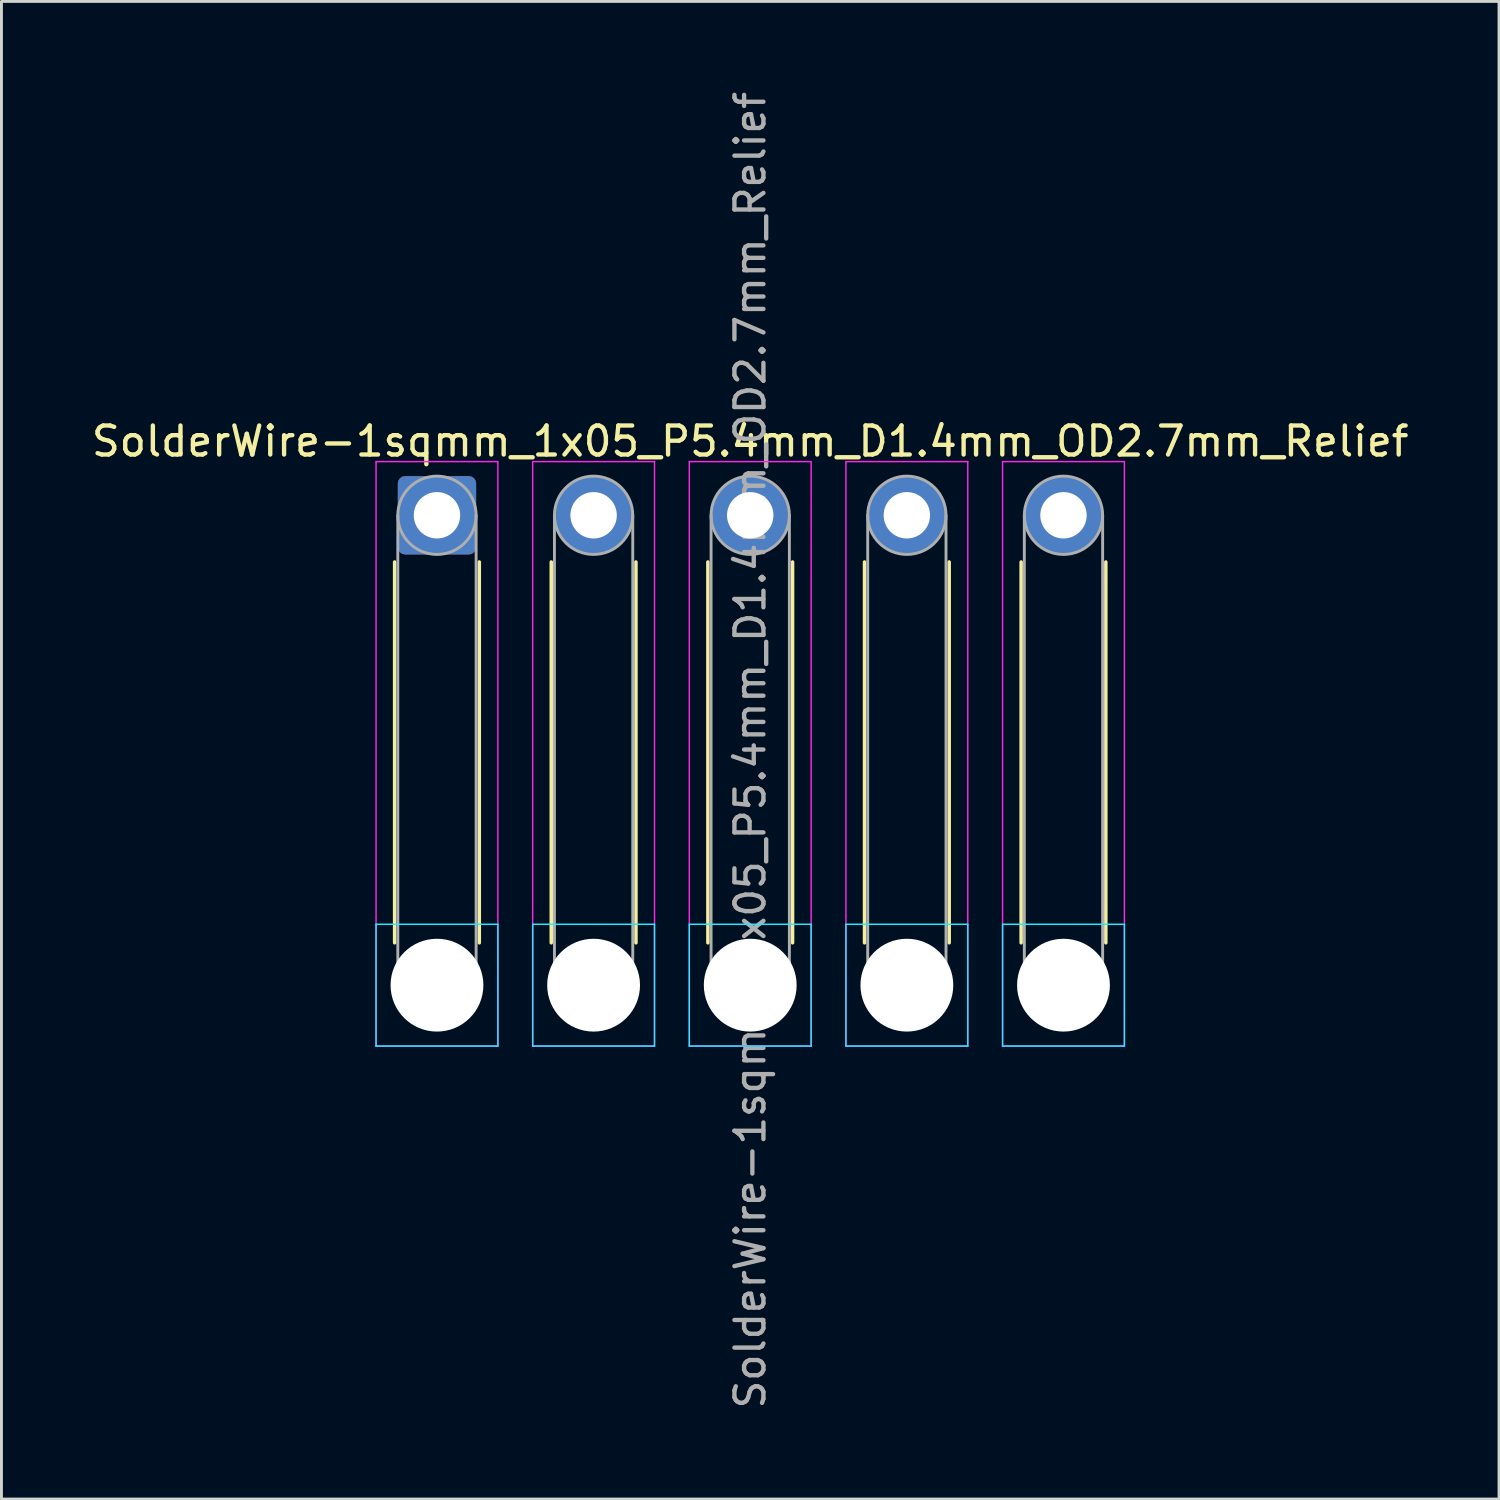
<source format=kicad_pcb>
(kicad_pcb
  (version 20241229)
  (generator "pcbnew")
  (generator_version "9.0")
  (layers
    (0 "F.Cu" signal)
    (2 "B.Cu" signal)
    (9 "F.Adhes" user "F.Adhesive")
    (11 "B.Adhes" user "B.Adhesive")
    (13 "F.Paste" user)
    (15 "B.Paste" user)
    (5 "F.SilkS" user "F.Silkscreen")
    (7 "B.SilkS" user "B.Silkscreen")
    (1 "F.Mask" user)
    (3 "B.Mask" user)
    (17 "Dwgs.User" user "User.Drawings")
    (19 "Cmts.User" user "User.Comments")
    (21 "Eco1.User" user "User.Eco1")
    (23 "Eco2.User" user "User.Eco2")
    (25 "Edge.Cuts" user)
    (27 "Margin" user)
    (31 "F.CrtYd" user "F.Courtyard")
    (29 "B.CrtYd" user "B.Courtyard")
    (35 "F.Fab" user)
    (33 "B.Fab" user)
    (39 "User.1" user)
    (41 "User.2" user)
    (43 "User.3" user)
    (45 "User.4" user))
  (footprint "SolderWire-1sqmm_1x05_P5.4mm_D1.4mm_OD2.7mm_Relief"
    (layer "F.Cu")
    (at 12.015 14.715)
    (property "Reference" "SolderWire-1sqmm_1x05_P5.4mm_D1.4mm_OD2.7mm_Relief" (at 10.8 -2.55 0) (layer "F.SilkS") (effects (font (size 1 1) (thickness 0.15))))
    (attr exclude_from_pos_files exclude_from_bom)
    (fp_line (start -1.46 1.61) (end -1.46 14.74) (stroke (width 0.12) (type solid)) (layer "F.SilkS"))
    (fp_line (start 1.46 1.61) (end 1.46 14.74) (stroke (width 0.12) (type solid)) (layer "F.SilkS"))
    (fp_line (start 3.94 1.61) (end 3.94 14.74) (stroke (width 0.12) (type solid)) (layer "F.SilkS"))
    (fp_line (start 6.86 1.61) (end 6.86 14.74) (stroke (width 0.12) (type solid)) (layer "F.SilkS"))
    (fp_line (start 9.34 1.61) (end 9.34 14.74) (stroke (width 0.12) (type solid)) (layer "F.SilkS"))
    (fp_line (start 12.26 1.61) (end 12.26 14.74) (stroke (width 0.12) (type solid)) (layer "F.SilkS"))
    (fp_line (start 14.74 1.61) (end 14.74 14.74) (stroke (width 0.12) (type solid)) (layer "F.SilkS"))
    (fp_line (start 17.66 1.61) (end 17.66 14.74) (stroke (width 0.12) (type solid)) (layer "F.SilkS"))
    (fp_line (start 20.14 1.61) (end 20.14 14.74) (stroke (width 0.12) (type solid)) (layer "F.SilkS"))
    (fp_line (start 23.06 1.61) (end 23.06 14.74) (stroke (width 0.12) (type solid)) (layer "F.SilkS"))
    (fp_line (start -2.1 14.1) (end -2.1 18.3) (stroke (width 0.05) (type solid)) (layer "B.CrtYd"))
    (fp_line (start -2.1 18.3) (end 2.1 18.3) (stroke (width 0.05) (type solid)) (layer "B.CrtYd"))
    (fp_line (start 2.1 14.1) (end -2.1 14.1) (stroke (width 0.05) (type solid)) (layer "B.CrtYd"))
    (fp_line (start 2.1 18.3) (end 2.1 14.1) (stroke (width 0.05) (type solid)) (layer "B.CrtYd"))
    (fp_line (start 3.3 14.1) (end 3.3 18.3) (stroke (width 0.05) (type solid)) (layer "B.CrtYd"))
    (fp_line (start 3.3 18.3) (end 7.5 18.3) (stroke (width 0.05) (type solid)) (layer "B.CrtYd"))
    (fp_line (start 7.5 14.1) (end 3.3 14.1) (stroke (width 0.05) (type solid)) (layer "B.CrtYd"))
    (fp_line (start 7.5 18.3) (end 7.5 14.1) (stroke (width 0.05) (type solid)) (layer "B.CrtYd"))
    (fp_line (start 8.7 14.1) (end 8.7 18.3) (stroke (width 0.05) (type solid)) (layer "B.CrtYd"))
    (fp_line (start 8.7 18.3) (end 12.9 18.3) (stroke (width 0.05) (type solid)) (layer "B.CrtYd"))
    (fp_line (start 12.9 14.1) (end 8.7 14.1) (stroke (width 0.05) (type solid)) (layer "B.CrtYd"))
    (fp_line (start 12.9 18.3) (end 12.9 14.1) (stroke (width 0.05) (type solid)) (layer "B.CrtYd"))
    (fp_line (start 14.1 14.1) (end 14.1 18.3) (stroke (width 0.05) (type solid)) (layer "B.CrtYd"))
    (fp_line (start 14.1 18.3) (end 18.3 18.3) (stroke (width 0.05) (type solid)) (layer "B.CrtYd"))
    (fp_line (start 18.3 14.1) (end 14.1 14.1) (stroke (width 0.05) (type solid)) (layer "B.CrtYd"))
    (fp_line (start 18.3 18.3) (end 18.3 14.1) (stroke (width 0.05) (type solid)) (layer "B.CrtYd"))
    (fp_line (start 19.5 14.1) (end 19.5 18.3) (stroke (width 0.05) (type solid)) (layer "B.CrtYd"))
    (fp_line (start 19.5 18.3) (end 23.7 18.3) (stroke (width 0.05) (type solid)) (layer "B.CrtYd"))
    (fp_line (start 23.7 14.1) (end 19.5 14.1) (stroke (width 0.05) (type solid)) (layer "B.CrtYd"))
    (fp_line (start 23.7 18.3) (end 23.7 14.1) (stroke (width 0.05) (type solid)) (layer "B.CrtYd"))
    (fp_line (start -2.1 -1.85) (end -2.1 18.3) (stroke (width 0.05) (type solid)) (layer "F.CrtYd"))
    (fp_line (start -2.1 18.3) (end 2.1 18.3) (stroke (width 0.05) (type solid)) (layer "F.CrtYd"))
    (fp_line (start 2.1 -1.85) (end -2.1 -1.85) (stroke (width 0.05) (type solid)) (layer "F.CrtYd"))
    (fp_line (start 2.1 18.3) (end 2.1 -1.85) (stroke (width 0.05) (type solid)) (layer "F.CrtYd"))
    (fp_line (start 3.3 -1.85) (end 3.3 18.3) (stroke (width 0.05) (type solid)) (layer "F.CrtYd"))
    (fp_line (start 3.3 18.3) (end 7.5 18.3) (stroke (width 0.05) (type solid)) (layer "F.CrtYd"))
    (fp_line (start 7.5 -1.85) (end 3.3 -1.85) (stroke (width 0.05) (type solid)) (layer "F.CrtYd"))
    (fp_line (start 7.5 18.3) (end 7.5 -1.85) (stroke (width 0.05) (type solid)) (layer "F.CrtYd"))
    (fp_line (start 8.7 -1.85) (end 8.7 18.3) (stroke (width 0.05) (type solid)) (layer "F.CrtYd"))
    (fp_line (start 8.7 18.3) (end 12.9 18.3) (stroke (width 0.05) (type solid)) (layer "F.CrtYd"))
    (fp_line (start 12.9 -1.85) (end 8.7 -1.85) (stroke (width 0.05) (type solid)) (layer "F.CrtYd"))
    (fp_line (start 12.9 18.3) (end 12.9 -1.85) (stroke (width 0.05) (type solid)) (layer "F.CrtYd"))
    (fp_line (start 14.1 -1.85) (end 14.1 18.3) (stroke (width 0.05) (type solid)) (layer "F.CrtYd"))
    (fp_line (start 14.1 18.3) (end 18.3 18.3) (stroke (width 0.05) (type solid)) (layer "F.CrtYd"))
    (fp_line (start 18.3 -1.85) (end 14.1 -1.85) (stroke (width 0.05) (type solid)) (layer "F.CrtYd"))
    (fp_line (start 18.3 18.3) (end 18.3 -1.85) (stroke (width 0.05) (type solid)) (layer "F.CrtYd"))
    (fp_line (start 19.5 -1.85) (end 19.5 18.3) (stroke (width 0.05) (type solid)) (layer "F.CrtYd"))
    (fp_line (start 19.5 18.3) (end 23.7 18.3) (stroke (width 0.05) (type solid)) (layer "F.CrtYd"))
    (fp_line (start 23.7 -1.85) (end 19.5 -1.85) (stroke (width 0.05) (type solid)) (layer "F.CrtYd"))
    (fp_line (start 23.7 18.3) (end 23.7 -1.85) (stroke (width 0.05) (type solid)) (layer "F.CrtYd"))
    (fp_line (start -1.35 0) (end -1.35 16.2) (stroke (width 0.1) (type solid)) (layer "F.Fab"))
    (fp_line (start 1.35 0) (end 1.35 16.2) (stroke (width 0.1) (type solid)) (layer "F.Fab"))
    (fp_line (start 4.05 0) (end 4.05 16.2) (stroke (width 0.1) (type solid)) (layer "F.Fab"))
    (fp_line (start 6.75 0) (end 6.75 16.2) (stroke (width 0.1) (type solid)) (layer "F.Fab"))
    (fp_line (start 9.45 0) (end 9.45 16.2) (stroke (width 0.1) (type solid)) (layer "F.Fab"))
    (fp_line (start 12.15 0) (end 12.15 16.2) (stroke (width 0.1) (type solid)) (layer "F.Fab"))
    (fp_line (start 14.85 0) (end 14.85 16.2) (stroke (width 0.1) (type solid)) (layer "F.Fab"))
    (fp_line (start 17.55 0) (end 17.55 16.2) (stroke (width 0.1) (type solid)) (layer "F.Fab"))
    (fp_line (start 20.25 0) (end 20.25 16.2) (stroke (width 0.1) (type solid)) (layer "F.Fab"))
    (fp_line (start 22.95 0) (end 22.95 16.2) (stroke (width 0.1) (type solid)) (layer "F.Fab"))
    (fp_circle (center 0 0) (end 1.35 0) (stroke (width 0.1) (type solid)) (fill no) (layer "F.Fab"))
    (fp_circle (center 0 16.2) (end 1.35 16.2) (stroke (width 0.1) (type solid)) (fill no) (layer "F.Fab"))
    (fp_circle (center 5.4 0) (end 6.75 0) (stroke (width 0.1) (type solid)) (fill no) (layer "F.Fab"))
    (fp_circle (center 5.4 16.2) (end 6.75 16.2) (stroke (width 0.1) (type solid)) (fill no) (layer "F.Fab"))
    (fp_circle (center 10.8 0) (end 12.15 0) (stroke (width 0.1) (type solid)) (fill no) (layer "F.Fab"))
    (fp_circle (center 10.8 16.2) (end 12.15 16.2) (stroke (width 0.1) (type solid)) (fill no) (layer "F.Fab"))
    (fp_circle (center 16.2 0) (end 17.55 0) (stroke (width 0.1) (type solid)) (fill no) (layer "F.Fab"))
    (fp_circle (center 16.2 16.2) (end 17.55 16.2) (stroke (width 0.1) (type solid)) (fill no) (layer "F.Fab"))
    (fp_circle (center 21.6 0) (end 22.95 0) (stroke (width 0.1) (type solid)) (fill no) (layer "F.Fab"))
    (fp_circle (center 21.6 16.2) (end 22.95 16.2) (stroke (width 0.1) (type solid)) (fill no) (layer "F.Fab"))
    (fp_text user "${REFERENCE}" (at 10.8 8.1 90) (layer "F.Fab") (effects (font (size 1 1) (thickness 0.15))))
    (pad "" np_thru_hole circle (at 0 16.2) (size 3.2 3.2) (drill 3.2) (layers "*.Cu" "*.Mask"))
    (pad "" np_thru_hole circle (at 5.4 16.2) (size 3.2 3.2) (drill 3.2) (layers "*.Cu" "*.Mask"))
    (pad "" np_thru_hole circle (at 10.8 16.2) (size 3.2 3.2) (drill 3.2) (layers "*.Cu" "*.Mask"))
    (pad "" np_thru_hole circle (at 16.2 16.2) (size 3.2 3.2) (drill 3.2) (layers "*.Cu" "*.Mask"))
    (pad "" np_thru_hole circle (at 21.6 16.2) (size 3.2 3.2) (drill 3.2) (layers "*.Cu" "*.Mask"))
    (pad "1" thru_hole roundrect (at 0 0) (size 2.7 2.7) (drill 1.6) (layers "*.Cu" "*.Mask") (roundrect_rratio 0.093))
    (pad "2" thru_hole circle (at 5.4 0) (size 2.7 2.7) (drill 1.6) (layers "*.Cu" "*.Mask"))
    (pad "3" thru_hole circle (at 10.8 0) (size 2.7 2.7) (drill 1.6) (layers "*.Cu" "*.Mask"))
    (pad "4" thru_hole circle (at 16.2 0) (size 2.7 2.7) (drill 1.6) (layers "*.Cu" "*.Mask"))
    (pad "5" thru_hole circle (at 21.6 0) (size 2.7 2.7) (drill 1.6) (layers "*.Cu" "*.Mask")))
  (gr_rect
    (start -3 -3)
    (end 48.631 48.631)
    (stroke (width 0.1) (type default))
    (fill no)
    (layer "Edge.Cuts")))
</source>
